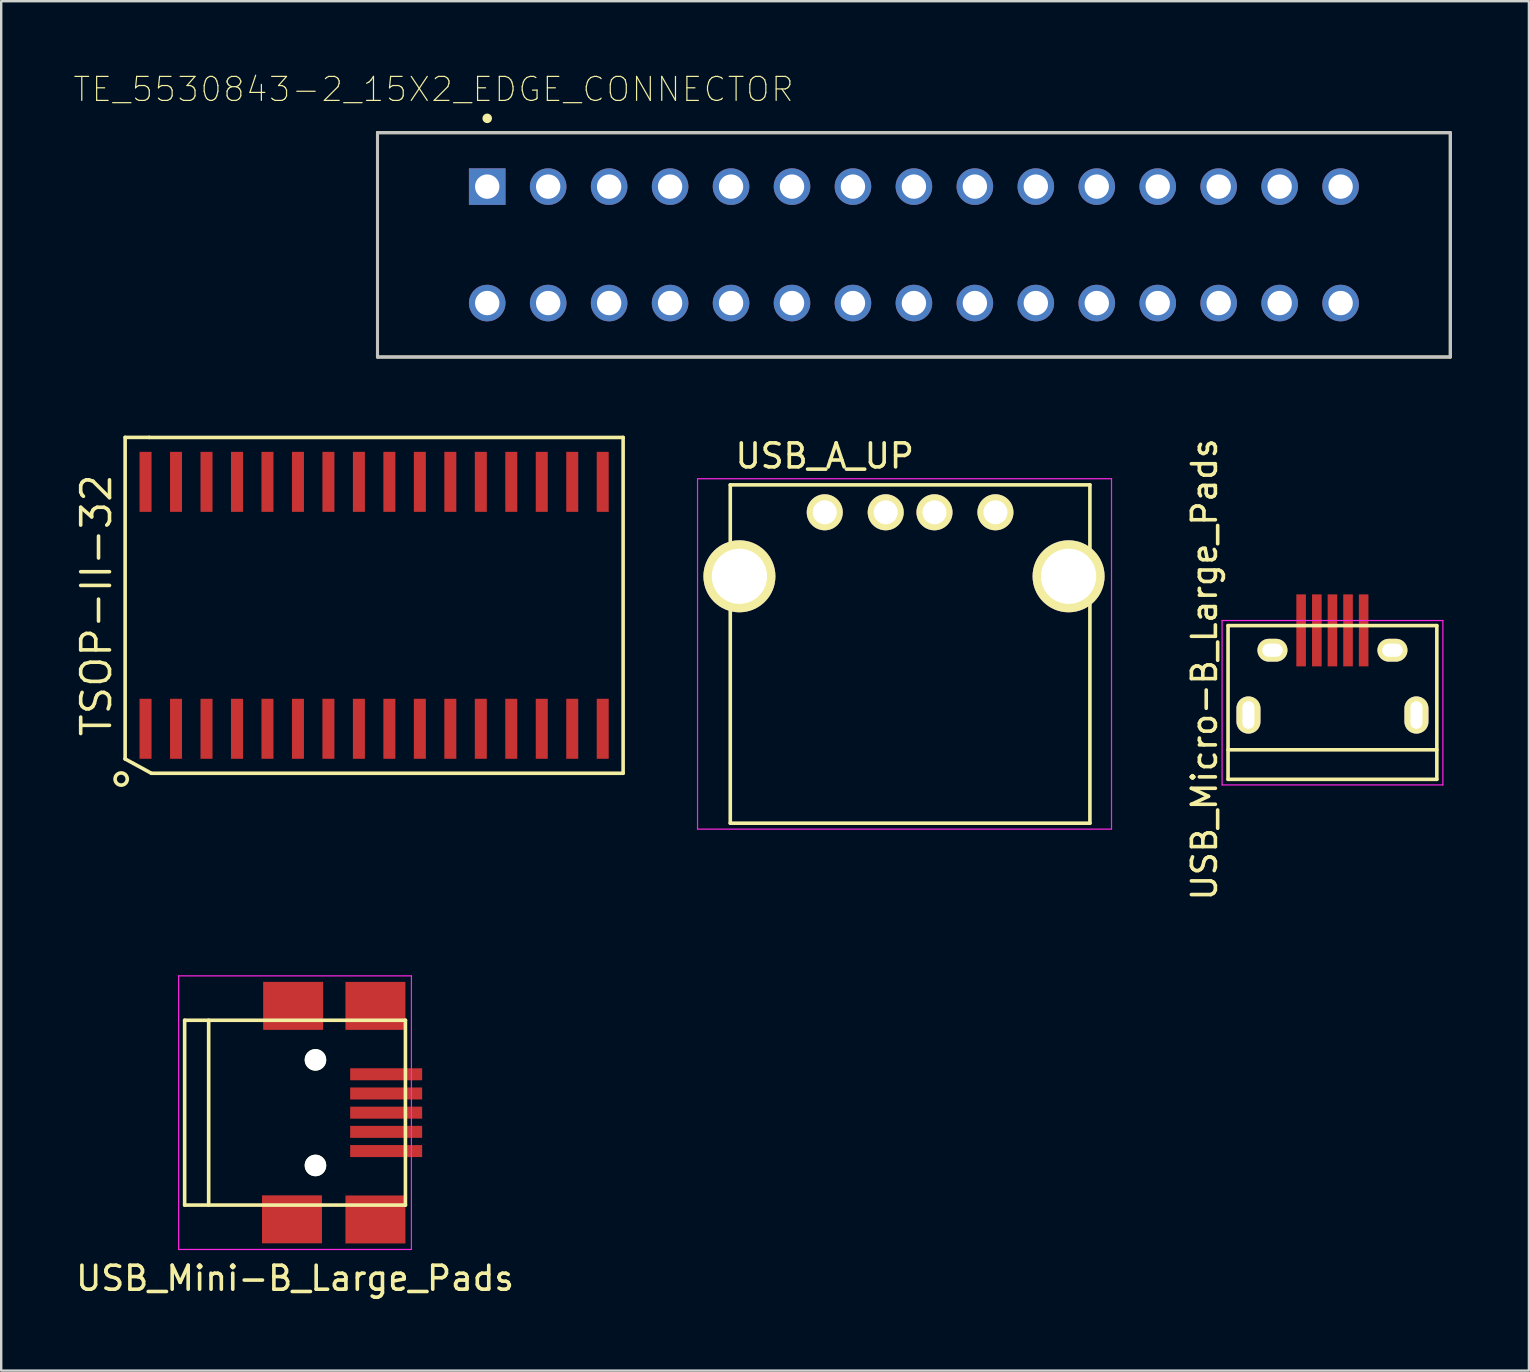
<source format=kicad_pcb>
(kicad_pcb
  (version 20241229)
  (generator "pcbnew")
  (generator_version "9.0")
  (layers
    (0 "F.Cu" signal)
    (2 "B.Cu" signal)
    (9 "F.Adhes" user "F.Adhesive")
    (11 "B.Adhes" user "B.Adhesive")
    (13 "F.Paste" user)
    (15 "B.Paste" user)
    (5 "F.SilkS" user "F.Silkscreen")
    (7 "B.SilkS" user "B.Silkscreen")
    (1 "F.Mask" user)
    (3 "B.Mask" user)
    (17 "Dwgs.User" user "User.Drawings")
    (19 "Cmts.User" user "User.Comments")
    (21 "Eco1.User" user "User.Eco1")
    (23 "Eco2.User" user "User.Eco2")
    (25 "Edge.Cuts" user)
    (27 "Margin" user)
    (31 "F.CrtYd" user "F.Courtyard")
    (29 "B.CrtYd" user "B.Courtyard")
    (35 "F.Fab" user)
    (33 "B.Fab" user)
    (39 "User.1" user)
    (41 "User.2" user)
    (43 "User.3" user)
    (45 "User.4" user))
  (footprint "TE_5530843-2_15X2_EDGE_CONNECTOR"
    (layer "F.Cu")
    (at 35.032 7.152)
    (property "Reference" "TE_5530843-2_15X2_EDGE_CONNECTOR" (at -20.017 -6.479 0) (layer "F.SilkS") (effects (font (size 1.001 1.001) (thickness 0.05))))
    (attr through_hole)
    (fp_line (start -22.352 -4.673) (end 22.352 -4.673) (stroke (width 0.127) (type solid)) (layer "F.SilkS"))
    (fp_line (start -22.352 4.674) (end -22.352 -4.673) (stroke (width 0.127) (type solid)) (layer "F.SilkS"))
    (fp_line (start 22.352 -4.673) (end 22.352 4.674) (stroke (width 0.127) (type solid)) (layer "F.SilkS"))
    (fp_line (start 22.352 4.674) (end -22.352 4.674) (stroke (width 0.127) (type solid)) (layer "F.SilkS"))
    (fp_circle (center -17.78 -5.271) (end -17.68 -5.271) (stroke (width 0.2) (type solid)) (fill no) (layer "F.SilkS"))
    (fp_line (start -22.352 -4.673) (end 22.352 -4.673) (stroke (width 0.127) (type solid)) (layer "Dwgs.User"))
    (fp_line (start -22.352 4.674) (end -22.352 -4.673) (stroke (width 0.127) (type solid)) (layer "Dwgs.User"))
    (fp_line (start 22.352 -4.673) (end 22.352 4.674) (stroke (width 0.127) (type solid)) (layer "Dwgs.User"))
    (fp_line (start 22.352 4.674) (end -22.352 4.674) (stroke (width 0.127) (type solid)) (layer "Dwgs.User"))
    (fp_line (start -22.602 -4.923) (end 22.602 -4.923) (stroke (width 0.05) (type solid)) (layer "Eco1.User"))
    (fp_line (start -22.602 4.924) (end -22.602 -4.923) (stroke (width 0.05) (type solid)) (layer "Eco1.User"))
    (fp_line (start 22.602 -4.923) (end 22.602 4.924) (stroke (width 0.05) (type solid)) (layer "Eco1.User"))
    (fp_line (start 22.602 4.924) (end -22.602 4.924) (stroke (width 0.05) (type solid)) (layer "Eco1.User"))
    (pad "1" thru_hole rect (at -17.78 -2.426) (size 1.524 1.524) (drill 1.016) (layers "*.Cu" "*.Mask"))
    (pad "2" thru_hole circle (at -17.78 2.426) (size 1.524 1.524) (drill 1.016) (layers "*.Cu" "*.Mask"))
    (pad "3" thru_hole circle (at -15.24 -2.426) (size 1.524 1.524) (drill 1.016) (layers "*.Cu" "*.Mask"))
    (pad "4" thru_hole circle (at -15.24 2.426) (size 1.524 1.524) (drill 1.016) (layers "*.Cu" "*.Mask"))
    (pad "5" thru_hole circle (at -12.7 -2.426) (size 1.524 1.524) (drill 1.016) (layers "*.Cu" "*.Mask"))
    (pad "6" thru_hole circle (at -12.7 2.426) (size 1.524 1.524) (drill 1.016) (layers "*.Cu" "*.Mask"))
    (pad "7" thru_hole circle (at -10.16 -2.426) (size 1.524 1.524) (drill 1.016) (layers "*.Cu" "*.Mask"))
    (pad "8" thru_hole circle (at -10.16 2.426) (size 1.524 1.524) (drill 1.016) (layers "*.Cu" "*.Mask"))
    (pad "9" thru_hole circle (at -7.62 -2.426) (size 1.524 1.524) (drill 1.016) (layers "*.Cu" "*.Mask"))
    (pad "10" thru_hole circle (at -7.62 2.426) (size 1.524 1.524) (drill 1.016) (layers "*.Cu" "*.Mask"))
    (pad "11" thru_hole circle (at -5.08 -2.426) (size 1.524 1.524) (drill 1.016) (layers "*.Cu" "*.Mask"))
    (pad "12" thru_hole circle (at -5.08 2.426) (size 1.524 1.524) (drill 1.016) (layers "*.Cu" "*.Mask"))
    (pad "13" thru_hole circle (at -2.54 -2.426) (size 1.524 1.524) (drill 1.016) (layers "*.Cu" "*.Mask"))
    (pad "14" thru_hole circle (at -2.54 2.426) (size 1.524 1.524) (drill 1.016) (layers "*.Cu" "*.Mask"))
    (pad "15" thru_hole circle (at 0 -2.426) (size 1.524 1.524) (drill 1.016) (layers "*.Cu" "*.Mask"))
    (pad "16" thru_hole circle (at 0 2.426) (size 1.524 1.524) (drill 1.016) (layers "*.Cu" "*.Mask"))
    (pad "17" thru_hole circle (at 2.54 -2.426) (size 1.524 1.524) (drill 1.016) (layers "*.Cu" "*.Mask"))
    (pad "18" thru_hole circle (at 2.54 2.426) (size 1.524 1.524) (drill 1.016) (layers "*.Cu" "*.Mask"))
    (pad "19" thru_hole circle (at 5.08 -2.426) (size 1.524 1.524) (drill 1.016) (layers "*.Cu" "*.Mask"))
    (pad "20" thru_hole circle (at 5.08 2.426) (size 1.524 1.524) (drill 1.016) (layers "*.Cu" "*.Mask"))
    (pad "21" thru_hole circle (at 7.62 -2.426) (size 1.524 1.524) (drill 1.016) (layers "*.Cu" "*.Mask"))
    (pad "22" thru_hole circle (at 7.62 2.426) (size 1.524 1.524) (drill 1.016) (layers "*.Cu" "*.Mask"))
    (pad "23" thru_hole circle (at 10.16 -2.426) (size 1.524 1.524) (drill 1.016) (layers "*.Cu" "*.Mask"))
    (pad "24" thru_hole circle (at 10.16 2.426) (size 1.524 1.524) (drill 1.016) (layers "*.Cu" "*.Mask"))
    (pad "25" thru_hole circle (at 12.7 -2.426) (size 1.524 1.524) (drill 1.016) (layers "*.Cu" "*.Mask"))
    (pad "26" thru_hole circle (at 12.7 2.426) (size 1.524 1.524) (drill 1.016) (layers "*.Cu" "*.Mask"))
    (pad "27" thru_hole circle (at 15.24 -2.426) (size 1.524 1.524) (drill 1.016) (layers "*.Cu" "*.Mask"))
    (pad "28" thru_hole circle (at 15.24 2.426) (size 1.524 1.524) (drill 1.016) (layers "*.Cu" "*.Mask"))
    (pad "29" thru_hole circle (at 17.78 -2.426) (size 1.524 1.524) (drill 1.016) (layers "*.Cu" "*.Mask"))
    (pad "30" thru_hole circle (at 17.78 2.426) (size 1.524 1.524) (drill 1.016) (layers "*.Cu" "*.Mask")))
  (footprint "USB_Mini-B_Large_Pads"
    (layer "F.Cu")
    (at 9.244 43.314)
    (property "Reference" "USB_Mini-B_Large_Pads" (at 0 6.901 0) (layer "F.SilkS") (effects (font (size 1 1) (thickness 0.15))))
    (attr smd)
    (fp_line (start -4.6 -3.851) (end -4.6 3.851) (stroke (width 0.15) (type solid)) (layer "F.SilkS"))
    (fp_line (start -4.6 3.851) (end 4.6 3.851) (stroke (width 0.15) (type solid)) (layer "F.SilkS"))
    (fp_line (start -3.599 -3.851) (end -3.599 3.851) (stroke (width 0.15) (type solid)) (layer "F.SilkS"))
    (fp_line (start 4.6 -3.851) (end -4.6 -3.851) (stroke (width 0.15) (type solid)) (layer "F.SilkS"))
    (fp_line (start 4.6 3.851) (end 4.6 -3.851) (stroke (width 0.15) (type solid)) (layer "F.SilkS"))
    (fp_line (start -4.85 -5.7) (end 4.85 -5.7) (stroke (width 0.05) (type solid)) (layer "F.CrtYd"))
    (fp_line (start -4.85 5.7) (end -4.85 -5.7) (stroke (width 0.05) (type solid)) (layer "F.CrtYd"))
    (fp_line (start 4.85 -5.7) (end 4.85 5.7) (stroke (width 0.05) (type solid)) (layer "F.CrtYd"))
    (fp_line (start 4.85 5.7) (end -4.85 5.7) (stroke (width 0.05) (type solid)) (layer "F.CrtYd"))
    (pad "" np_thru_hole circle (at 0.851 -2.2) (size 0.899 0.899) (drill 0.899) (layers "*.Cu" "*.Mask" "F.SilkS"))
    (pad "" np_thru_hole circle (at 0.851 2.2) (size 0.899 0.899) (drill 0.899) (layers "*.Cu" "*.Mask" "F.SilkS"))
    (pad "1" smd rect (at 3.797 -1.6) (size 3 0.5) (layers "F.Cu" "F.Mask" "F.Paste"))
    (pad "2" smd rect (at 3.797 -0.8) (size 3 0.5) (layers "F.Cu" "F.Mask" "F.Paste"))
    (pad "3" smd rect (at 3.797 0) (size 3 0.5) (layers "F.Cu" "F.Mask" "F.Paste"))
    (pad "4" smd rect (at 3.797 0.8) (size 3 0.5) (layers "F.Cu" "F.Mask" "F.Paste"))
    (pad "5" smd rect (at 3.797 1.6) (size 3 0.5) (layers "F.Cu" "F.Mask" "F.Paste"))
    (pad "6" smd rect (at -0.127 4.445) (size 2.499 1.999) (layers "F.Cu" "F.Mask" "F.Paste"))
    (pad "6" smd rect (at -0.079 -4.45) (size 2.499 1.999) (layers "F.Cu" "F.Mask" "F.Paste"))
    (pad "6" smd rect (at 3.35 -4.45) (size 2.499 1.999) (layers "F.Cu" "F.Mask" "F.Paste"))
    (pad "6" smd rect (at 3.35 4.45) (size 2.499 1.999) (layers "F.Cu" "F.Mask" "F.Paste")))
  (footprint "USB_Micro-B_Large_Pads"
    (layer "F.Cu")
    (at 52.473 25.607)
    (property "Reference" "USB_Micro-B_Large_Pads" (at -5.334 -0.762 90) (layer "F.SilkS") (effects (font (size 1 1) (thickness 0.15))))
    (attr smd)
    (fp_line (start -4.351 -2.588) (end 4.349 -2.588) (stroke (width 0.15) (type solid)) (layer "F.SilkS"))
    (fp_line (start -4.351 3.817) (end -4.351 -2.588) (stroke (width 0.15) (type solid)) (layer "F.SilkS"))
    (fp_line (start -4.351 3.817) (end 4.349 3.817) (stroke (width 0.15) (type solid)) (layer "F.SilkS"))
    (fp_line (start 4.349 -2.588) (end 4.349 3.817) (stroke (width 0.15) (type solid)) (layer "F.SilkS"))
    (fp_line (start 4.349 2.587) (end -4.351 2.587) (stroke (width 0.15) (type solid)) (layer "F.SilkS"))
    (fp_line (start -4.6 -2.8) (end 4.6 -2.8) (stroke (width 0.05) (type solid)) (layer "F.CrtYd"))
    (fp_line (start -4.6 4.05) (end -4.6 -2.8) (stroke (width 0.05) (type solid)) (layer "F.CrtYd"))
    (fp_line (start 4.6 -2.8) (end 4.6 4.05) (stroke (width 0.05) (type solid)) (layer "F.CrtYd"))
    (fp_line (start 4.6 4.05) (end -4.6 4.05) (stroke (width 0.05) (type solid)) (layer "F.CrtYd"))
    (pad "1" smd rect (at -1.306 -2.39 90) (size 3 0.4) (layers "F.Cu" "F.Mask" "F.Paste"))
    (pad "2" smd rect (at -0.651 -2.39 90) (size 3 0.4) (layers "F.Cu" "F.Mask" "F.Paste"))
    (pad "3" smd rect (at -0.001 -2.39 90) (size 3 0.4) (layers "F.Cu" "F.Mask" "F.Paste"))
    (pad "4" smd rect (at 0.649 -2.39 90) (size 3 0.4) (layers "F.Cu" "F.Mask" "F.Paste"))
    (pad "5" smd rect (at 1.299 -2.39 90) (size 3 0.4) (layers "F.Cu" "F.Mask" "F.Paste"))
    (pad "6" thru_hole oval (at -3.501 1.137 90) (size 1.55 1) (drill oval 1.15 0.5) (layers "*.Cu" "*.Mask" "F.SilkS"))
    (pad "6" thru_hole oval (at -2.501 -1.563 90) (size 0.95 1.25) (drill oval 0.55 0.85) (layers "*.Cu" "*.Mask" "F.SilkS"))
    (pad "6" thru_hole oval (at 2.499 -1.563 90) (size 0.95 1.25) (drill oval 0.55 0.85) (layers "*.Cu" "*.Mask" "F.SilkS"))
    (pad "6" thru_hole oval (at 3.499 1.137 90) (size 1.55 1) (drill oval 1.15 0.5) (layers "*.Cu" "*.Mask" "F.SilkS")))
  (footprint "TSOP-II-32"
    (layer "F.Cu")
    (at 12.54 22.173)
    (property "Reference" "TSOP-II-32" (at -11.575 0 90) (layer "F.SilkS") (effects (font (size 1.2 1.2) (thickness 0.15))))
    (attr through_hole)
    (fp_line (start -10.376 -6.998) (end -10.376 6.401) (stroke (width 0.15) (type solid)) (layer "F.SilkS"))
    (fp_line (start -10.376 6.401) (end -9.284 6.998) (stroke (width 0.15) (type solid)) (layer "F.SilkS"))
    (fp_line (start -9.373 -6.998) (end -10.376 -6.998) (stroke (width 0.15) (type solid)) (layer "F.SilkS"))
    (fp_line (start -9.284 6.998) (end 10.376 6.998) (stroke (width 0.15) (type solid)) (layer "F.SilkS"))
    (fp_line (start 10.375 -6.995) (end -9.375 -6.995) (stroke (width 0.15) (type solid)) (layer "F.SilkS"))
    (fp_line (start 10.375 6.995) (end 10.375 -6.995) (stroke (width 0.15) (type solid)) (layer "F.SilkS"))
    (fp_circle (center -10.541 7.239) (end -10.287 7.239) (stroke (width 0.15) (type solid)) (fill no) (layer "F.SilkS"))
    (pad "1" smd rect (at -9.525 5.145) (size 0.5 2.5) (layers "F.Cu" "F.Mask" "F.Paste"))
    (pad "2" smd rect (at -8.255 5.145) (size 0.5 2.5) (layers "F.Cu" "F.Mask" "F.Paste"))
    (pad "3" smd rect (at -6.985 5.145) (size 0.5 2.5) (layers "F.Cu" "F.Mask" "F.Paste"))
    (pad "4" smd rect (at -5.715 5.145) (size 0.5 2.5) (layers "F.Cu" "F.Mask" "F.Paste"))
    (pad "5" smd rect (at -4.445 5.145) (size 0.5 2.5) (layers "F.Cu" "F.Mask" "F.Paste"))
    (pad "6" smd rect (at -3.175 5.145) (size 0.5 2.5) (layers "F.Cu" "F.Mask" "F.Paste"))
    (pad "7" smd rect (at -1.905 5.145) (size 0.5 2.5) (layers "F.Cu" "F.Mask" "F.Paste"))
    (pad "8" smd rect (at -0.635 5.145) (size 0.5 2.5) (layers "F.Cu" "F.Mask" "F.Paste"))
    (pad "9" smd rect (at 0.635 5.145) (size 0.5 2.5) (layers "F.Cu" "F.Mask" "F.Paste"))
    (pad "10" smd rect (at 1.905 5.145) (size 0.5 2.5) (layers "F.Cu" "F.Mask" "F.Paste"))
    (pad "11" smd rect (at 3.175 5.145) (size 0.5 2.5) (layers "F.Cu" "F.Mask" "F.Paste"))
    (pad "12" smd rect (at 4.445 5.145) (size 0.5 2.5) (layers "F.Cu" "F.Mask" "F.Paste"))
    (pad "13" smd rect (at 5.715 5.145) (size 0.5 2.5) (layers "F.Cu" "F.Mask" "F.Paste"))
    (pad "14" smd rect (at 6.985 5.145) (size 0.5 2.5) (layers "F.Cu" "F.Mask" "F.Paste"))
    (pad "15" smd rect (at 8.255 5.145) (size 0.5 2.5) (layers "F.Cu" "F.Mask" "F.Paste"))
    (pad "16" smd rect (at 9.525 5.145) (size 0.5 2.5) (layers "F.Cu" "F.Mask" "F.Paste"))
    (pad "17" smd rect (at 9.525 -5.145) (size 0.5 2.5) (layers "F.Cu" "F.Mask" "F.Paste"))
    (pad "18" smd rect (at 8.255 -5.145) (size 0.5 2.5) (layers "F.Cu" "F.Mask" "F.Paste"))
    (pad "19" smd rect (at 6.985 -5.145) (size 0.5 2.5) (layers "F.Cu" "F.Mask" "F.Paste"))
    (pad "20" smd rect (at 5.715 -5.145) (size 0.5 2.5) (layers "F.Cu" "F.Mask" "F.Paste"))
    (pad "21" smd rect (at 4.445 -5.145) (size 0.5 2.5) (layers "F.Cu" "F.Mask" "F.Paste"))
    (pad "22" smd rect (at 3.175 -5.145) (size 0.5 2.5) (layers "F.Cu" "F.Mask" "F.Paste"))
    (pad "23" smd rect (at 1.905 -5.145) (size 0.5 2.5) (layers "F.Cu" "F.Mask" "F.Paste"))
    (pad "24" smd rect (at 0.635 -5.145) (size 0.5 2.5) (layers "F.Cu" "F.Mask" "F.Paste"))
    (pad "25" smd rect (at -0.635 -5.145) (size 0.5 2.5) (layers "F.Cu" "F.Mask" "F.Paste"))
    (pad "26" smd rect (at -1.905 -5.145) (size 0.5 2.5) (layers "F.Cu" "F.Mask" "F.Paste"))
    (pad "27" smd rect (at -3.175 -5.145) (size 0.5 2.5) (layers "F.Cu" "F.Mask" "F.Paste"))
    (pad "28" smd rect (at -4.445 -5.145) (size 0.5 2.5) (layers "F.Cu" "F.Mask" "F.Paste"))
    (pad "29" smd rect (at -5.715 -5.145) (size 0.5 2.5) (layers "F.Cu" "F.Mask" "F.Paste"))
    (pad "30" smd rect (at -6.985 -5.145) (size 0.5 2.5) (layers "F.Cu" "F.Mask" "F.Paste"))
    (pad "31" smd rect (at -8.255 -5.145) (size 0.5 2.5) (layers "F.Cu" "F.Mask" "F.Paste"))
    (pad "32" smd rect (at -9.525 -5.145) (size 0.5 2.5) (layers "F.Cu" "F.Mask" "F.Paste")))
  (footprint "USB_A_UP"
    (layer "F.Cu")
    (at 31.316 18.299)
    (property "Reference" "USB_A_UP" (at 0 -2.35 0) (layer "F.SilkS") (effects (font (size 1 1) (thickness 0.15))))
    (attr through_hole)
    (fp_line (start -3.936 12.952) (end -3.936 -1.145) (stroke (width 0.15) (type solid)) (layer "F.SilkS"))
    (fp_line (start 11.05 -1.145) (end -3.936 -1.145) (stroke (width 0.15) (type solid)) (layer "F.SilkS"))
    (fp_line (start 11.05 -1.145) (end 11.05 12.952) (stroke (width 0.15) (type solid)) (layer "F.SilkS"))
    (fp_line (start 11.05 12.952) (end -3.936 12.952) (stroke (width 0.15) (type solid)) (layer "F.SilkS"))
    (fp_line (start -5.3 -1.4) (end 11.95 -1.4) (stroke (width 0.05) (type solid)) (layer "F.CrtYd"))
    (fp_line (start -5.3 13.2) (end -5.3 -1.4) (stroke (width 0.05) (type solid)) (layer "F.CrtYd"))
    (fp_line (start -5.3 13.2) (end 11.95 13.2) (stroke (width 0.05) (type solid)) (layer "F.CrtYd"))
    (fp_line (start 11.95 -1.4) (end 11.95 13.2) (stroke (width 0.05) (type solid)) (layer "F.CrtYd"))
    (pad "1" thru_hole circle (at 0.001 -0.002 270) (size 1.501 1.501) (drill 1.001) (layers "*.Cu" "*.Mask" "F.SilkS"))
    (pad "2" thru_hole circle (at 2.541 -0.002 270) (size 1.501 1.501) (drill 1.001) (layers "*.Cu" "*.Mask" "F.SilkS"))
    (pad "3" thru_hole circle (at 4.573 -0.002 270) (size 1.501 1.501) (drill 1.001) (layers "*.Cu" "*.Mask" "F.SilkS"))
    (pad "4" thru_hole circle (at 7.113 -0.002 270) (size 1.501 1.501) (drill 1.001) (layers "*.Cu" "*.Mask" "F.SilkS"))
    (pad "5" thru_hole circle (at -3.555 2.665 270) (size 3 3) (drill 2.301) (layers "*.Cu" "*.Mask" "F.SilkS"))
    (pad "5" thru_hole circle (at 10.161 2.665 270) (size 3 3) (drill 2.301) (layers "*.Cu" "*.Mask" "F.SilkS")))
  (gr_rect
    (start -3 -3)
    (end 60.659 54.063)
    (stroke (width 0.1) (type default))
    (fill no)
    (layer "Edge.Cuts")))
</source>
